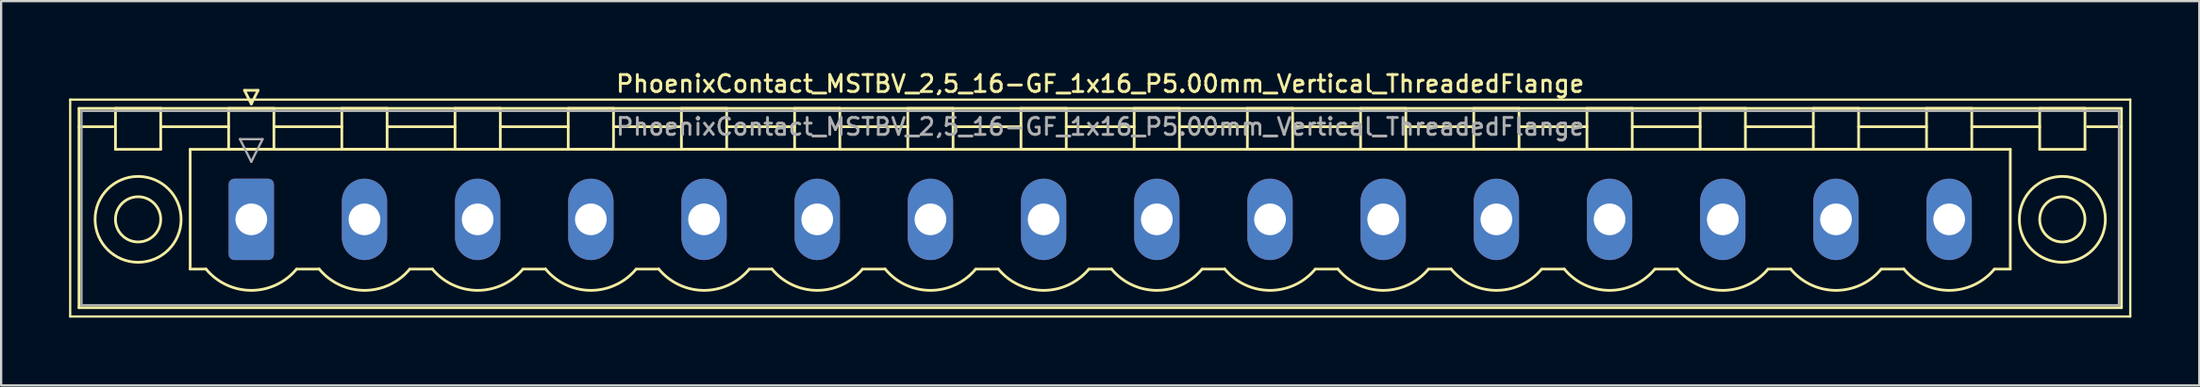
<source format=kicad_pcb>
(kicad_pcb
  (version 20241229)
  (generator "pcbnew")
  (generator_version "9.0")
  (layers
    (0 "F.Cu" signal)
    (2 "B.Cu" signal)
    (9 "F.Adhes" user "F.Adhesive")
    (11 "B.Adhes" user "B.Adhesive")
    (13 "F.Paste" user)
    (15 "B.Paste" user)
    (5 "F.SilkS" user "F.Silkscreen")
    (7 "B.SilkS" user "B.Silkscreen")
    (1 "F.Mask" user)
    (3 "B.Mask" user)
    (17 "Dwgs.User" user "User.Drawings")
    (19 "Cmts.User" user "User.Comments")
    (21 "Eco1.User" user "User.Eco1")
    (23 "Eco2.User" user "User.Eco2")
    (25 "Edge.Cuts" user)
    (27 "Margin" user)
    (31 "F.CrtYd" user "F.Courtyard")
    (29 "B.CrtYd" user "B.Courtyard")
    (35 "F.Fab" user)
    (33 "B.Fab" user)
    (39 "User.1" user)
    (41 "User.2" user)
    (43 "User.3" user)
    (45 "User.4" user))
  (footprint "PhoenixContact_MSTBV_2,5_16-GF_1x16_P5.00mm_Vertical_ThreadedFlange"
    (layer "F.Cu")
    (at 8.05 6.658)
    (property "Reference" "PhoenixContact_MSTBV_2,5_16-GF_1x16_P5.00mm_Vertical_ThreadedFlange" (at 37.5 -6 0) (layer "F.SilkS") (effects (font (size 0.75 0.75) (thickness 0.125))))
    (attr through_hole)
    (fp_line (start -8 -5.3) (end -8 4.3) (stroke (width 0.1) (type solid)) (layer "F.SilkS"))
    (fp_line (start -8 4.3) (end 83 4.3) (stroke (width 0.1) (type solid)) (layer "F.SilkS"))
    (fp_line (start -7.61 -4.91) (end -7.61 3.91) (stroke (width 0.12) (type solid)) (layer "F.SilkS"))
    (fp_line (start -7.61 -4.1) (end -6.11 -4.1) (stroke (width 0.12) (type solid)) (layer "F.SilkS"))
    (fp_line (start -7.61 3.91) (end 82.61 3.91) (stroke (width 0.12) (type solid)) (layer "F.SilkS"))
    (fp_line (start -6 -4.91) (end -4 -4.91) (stroke (width 0.12) (type solid)) (layer "F.SilkS"))
    (fp_line (start -6 -3.1) (end -6 -4.91) (stroke (width 0.12) (type solid)) (layer "F.SilkS"))
    (fp_line (start -4 -4.91) (end -4 -3.1) (stroke (width 0.12) (type solid)) (layer "F.SilkS"))
    (fp_line (start -4 -4.1) (end -1 -4.1) (stroke (width 0.12) (type solid)) (layer "F.SilkS"))
    (fp_line (start -4 -3.1) (end -6 -3.1) (stroke (width 0.12) (type solid)) (layer "F.SilkS"))
    (fp_line (start -2.7 -3.1) (end 77.7 -3.1) (stroke (width 0.12) (type solid)) (layer "F.SilkS"))
    (fp_line (start -2.7 2.2) (end -2.7 -3.1) (stroke (width 0.12) (type solid)) (layer "F.SilkS"))
    (fp_line (start -2 2.2) (end -2.7 2.2) (stroke (width 0.12) (type solid)) (layer "F.SilkS"))
    (fp_line (start -1 -4.91) (end 1 -4.91) (stroke (width 0.12) (type solid)) (layer "F.SilkS"))
    (fp_line (start -1 -3.1) (end -1 -4.91) (stroke (width 0.12) (type solid)) (layer "F.SilkS"))
    (fp_line (start -0.3 -5.71) (end 0.3 -5.71) (stroke (width 0.12) (type solid)) (layer "F.SilkS"))
    (fp_line (start 0 -5.11) (end -0.3 -5.71) (stroke (width 0.12) (type solid)) (layer "F.SilkS"))
    (fp_line (start 0.3 -5.71) (end 0 -5.11) (stroke (width 0.12) (type solid)) (layer "F.SilkS"))
    (fp_line (start 1 -4.91) (end 1 -3.1) (stroke (width 0.12) (type solid)) (layer "F.SilkS"))
    (fp_line (start 1 -4.1) (end 4 -4.1) (stroke (width 0.12) (type solid)) (layer "F.SilkS"))
    (fp_line (start 1 -3.1) (end -1 -3.1) (stroke (width 0.12) (type solid)) (layer "F.SilkS"))
    (fp_line (start 2 2.2) (end 3 2.2) (stroke (width 0.12) (type solid)) (layer "F.SilkS"))
    (fp_line (start 4 -4.91) (end 6 -4.91) (stroke (width 0.12) (type solid)) (layer "F.SilkS"))
    (fp_line (start 4 -3.1) (end 4 -4.91) (stroke (width 0.12) (type solid)) (layer "F.SilkS"))
    (fp_line (start 6 -4.91) (end 6 -3.1) (stroke (width 0.12) (type solid)) (layer "F.SilkS"))
    (fp_line (start 6 -4.1) (end 9 -4.1) (stroke (width 0.12) (type solid)) (layer "F.SilkS"))
    (fp_line (start 6 -3.1) (end 4 -3.1) (stroke (width 0.12) (type solid)) (layer "F.SilkS"))
    (fp_line (start 7 2.2) (end 8 2.2) (stroke (width 0.12) (type solid)) (layer "F.SilkS"))
    (fp_line (start 9 -4.91) (end 11 -4.91) (stroke (width 0.12) (type solid)) (layer "F.SilkS"))
    (fp_line (start 9 -3.1) (end 9 -4.91) (stroke (width 0.12) (type solid)) (layer "F.SilkS"))
    (fp_line (start 11 -4.91) (end 11 -3.1) (stroke (width 0.12) (type solid)) (layer "F.SilkS"))
    (fp_line (start 11 -4.1) (end 14 -4.1) (stroke (width 0.12) (type solid)) (layer "F.SilkS"))
    (fp_line (start 11 -3.1) (end 9 -3.1) (stroke (width 0.12) (type solid)) (layer "F.SilkS"))
    (fp_line (start 12 2.2) (end 13 2.2) (stroke (width 0.12) (type solid)) (layer "F.SilkS"))
    (fp_line (start 14 -4.91) (end 16 -4.91) (stroke (width 0.12) (type solid)) (layer "F.SilkS"))
    (fp_line (start 14 -3.1) (end 14 -4.91) (stroke (width 0.12) (type solid)) (layer "F.SilkS"))
    (fp_line (start 16 -4.91) (end 16 -3.1) (stroke (width 0.12) (type solid)) (layer "F.SilkS"))
    (fp_line (start 16 -4.1) (end 19 -4.1) (stroke (width 0.12) (type solid)) (layer "F.SilkS"))
    (fp_line (start 16 -3.1) (end 14 -3.1) (stroke (width 0.12) (type solid)) (layer "F.SilkS"))
    (fp_line (start 17 2.2) (end 18 2.2) (stroke (width 0.12) (type solid)) (layer "F.SilkS"))
    (fp_line (start 19 -4.91) (end 21 -4.91) (stroke (width 0.12) (type solid)) (layer "F.SilkS"))
    (fp_line (start 19 -3.1) (end 19 -4.91) (stroke (width 0.12) (type solid)) (layer "F.SilkS"))
    (fp_line (start 21 -4.91) (end 21 -3.1) (stroke (width 0.12) (type solid)) (layer "F.SilkS"))
    (fp_line (start 21 -4.1) (end 24 -4.1) (stroke (width 0.12) (type solid)) (layer "F.SilkS"))
    (fp_line (start 21 -3.1) (end 19 -3.1) (stroke (width 0.12) (type solid)) (layer "F.SilkS"))
    (fp_line (start 22 2.2) (end 23 2.2) (stroke (width 0.12) (type solid)) (layer "F.SilkS"))
    (fp_line (start 24 -4.91) (end 26 -4.91) (stroke (width 0.12) (type solid)) (layer "F.SilkS"))
    (fp_line (start 24 -3.1) (end 24 -4.91) (stroke (width 0.12) (type solid)) (layer "F.SilkS"))
    (fp_line (start 26 -4.91) (end 26 -3.1) (stroke (width 0.12) (type solid)) (layer "F.SilkS"))
    (fp_line (start 26 -4.1) (end 29 -4.1) (stroke (width 0.12) (type solid)) (layer "F.SilkS"))
    (fp_line (start 26 -3.1) (end 24 -3.1) (stroke (width 0.12) (type solid)) (layer "F.SilkS"))
    (fp_line (start 27 2.2) (end 28 2.2) (stroke (width 0.12) (type solid)) (layer "F.SilkS"))
    (fp_line (start 29 -4.91) (end 31 -4.91) (stroke (width 0.12) (type solid)) (layer "F.SilkS"))
    (fp_line (start 29 -3.1) (end 29 -4.91) (stroke (width 0.12) (type solid)) (layer "F.SilkS"))
    (fp_line (start 31 -4.91) (end 31 -3.1) (stroke (width 0.12) (type solid)) (layer "F.SilkS"))
    (fp_line (start 31 -4.1) (end 34 -4.1) (stroke (width 0.12) (type solid)) (layer "F.SilkS"))
    (fp_line (start 31 -3.1) (end 29 -3.1) (stroke (width 0.12) (type solid)) (layer "F.SilkS"))
    (fp_line (start 32 2.2) (end 33 2.2) (stroke (width 0.12) (type solid)) (layer "F.SilkS"))
    (fp_line (start 34 -4.91) (end 36 -4.91) (stroke (width 0.12) (type solid)) (layer "F.SilkS"))
    (fp_line (start 34 -3.1) (end 34 -4.91) (stroke (width 0.12) (type solid)) (layer "F.SilkS"))
    (fp_line (start 36 -4.91) (end 36 -3.1) (stroke (width 0.12) (type solid)) (layer "F.SilkS"))
    (fp_line (start 36 -4.1) (end 39 -4.1) (stroke (width 0.12) (type solid)) (layer "F.SilkS"))
    (fp_line (start 36 -3.1) (end 34 -3.1) (stroke (width 0.12) (type solid)) (layer "F.SilkS"))
    (fp_line (start 37 2.2) (end 38 2.2) (stroke (width 0.12) (type solid)) (layer "F.SilkS"))
    (fp_line (start 39 -4.91) (end 41 -4.91) (stroke (width 0.12) (type solid)) (layer "F.SilkS"))
    (fp_line (start 39 -3.1) (end 39 -4.91) (stroke (width 0.12) (type solid)) (layer "F.SilkS"))
    (fp_line (start 41 -4.91) (end 41 -3.1) (stroke (width 0.12) (type solid)) (layer "F.SilkS"))
    (fp_line (start 41 -4.1) (end 44 -4.1) (stroke (width 0.12) (type solid)) (layer "F.SilkS"))
    (fp_line (start 41 -3.1) (end 39 -3.1) (stroke (width 0.12) (type solid)) (layer "F.SilkS"))
    (fp_line (start 42 2.2) (end 43 2.2) (stroke (width 0.12) (type solid)) (layer "F.SilkS"))
    (fp_line (start 44 -4.91) (end 46 -4.91) (stroke (width 0.12) (type solid)) (layer "F.SilkS"))
    (fp_line (start 44 -3.1) (end 44 -4.91) (stroke (width 0.12) (type solid)) (layer "F.SilkS"))
    (fp_line (start 46 -4.91) (end 46 -3.1) (stroke (width 0.12) (type solid)) (layer "F.SilkS"))
    (fp_line (start 46 -4.1) (end 49 -4.1) (stroke (width 0.12) (type solid)) (layer "F.SilkS"))
    (fp_line (start 46 -3.1) (end 44 -3.1) (stroke (width 0.12) (type solid)) (layer "F.SilkS"))
    (fp_line (start 47 2.2) (end 48 2.2) (stroke (width 0.12) (type solid)) (layer "F.SilkS"))
    (fp_line (start 49 -4.91) (end 51 -4.91) (stroke (width 0.12) (type solid)) (layer "F.SilkS"))
    (fp_line (start 49 -3.1) (end 49 -4.91) (stroke (width 0.12) (type solid)) (layer "F.SilkS"))
    (fp_line (start 51 -4.91) (end 51 -3.1) (stroke (width 0.12) (type solid)) (layer "F.SilkS"))
    (fp_line (start 51 -4.1) (end 54 -4.1) (stroke (width 0.12) (type solid)) (layer "F.SilkS"))
    (fp_line (start 51 -3.1) (end 49 -3.1) (stroke (width 0.12) (type solid)) (layer "F.SilkS"))
    (fp_line (start 52 2.2) (end 53 2.2) (stroke (width 0.12) (type solid)) (layer "F.SilkS"))
    (fp_line (start 54 -4.91) (end 56 -4.91) (stroke (width 0.12) (type solid)) (layer "F.SilkS"))
    (fp_line (start 54 -3.1) (end 54 -4.91) (stroke (width 0.12) (type solid)) (layer "F.SilkS"))
    (fp_line (start 56 -4.91) (end 56 -3.1) (stroke (width 0.12) (type solid)) (layer "F.SilkS"))
    (fp_line (start 56 -4.1) (end 59 -4.1) (stroke (width 0.12) (type solid)) (layer "F.SilkS"))
    (fp_line (start 56 -3.1) (end 54 -3.1) (stroke (width 0.12) (type solid)) (layer "F.SilkS"))
    (fp_line (start 57 2.2) (end 58 2.2) (stroke (width 0.12) (type solid)) (layer "F.SilkS"))
    (fp_line (start 59 -4.91) (end 61 -4.91) (stroke (width 0.12) (type solid)) (layer "F.SilkS"))
    (fp_line (start 59 -3.1) (end 59 -4.91) (stroke (width 0.12) (type solid)) (layer "F.SilkS"))
    (fp_line (start 61 -4.91) (end 61 -3.1) (stroke (width 0.12) (type solid)) (layer "F.SilkS"))
    (fp_line (start 61 -4.1) (end 64 -4.1) (stroke (width 0.12) (type solid)) (layer "F.SilkS"))
    (fp_line (start 61 -3.1) (end 59 -3.1) (stroke (width 0.12) (type solid)) (layer "F.SilkS"))
    (fp_line (start 62 2.2) (end 63 2.2) (stroke (width 0.12) (type solid)) (layer "F.SilkS"))
    (fp_line (start 64 -4.91) (end 66 -4.91) (stroke (width 0.12) (type solid)) (layer "F.SilkS"))
    (fp_line (start 64 -3.1) (end 64 -4.91) (stroke (width 0.12) (type solid)) (layer "F.SilkS"))
    (fp_line (start 66 -4.91) (end 66 -3.1) (stroke (width 0.12) (type solid)) (layer "F.SilkS"))
    (fp_line (start 66 -4.1) (end 69 -4.1) (stroke (width 0.12) (type solid)) (layer "F.SilkS"))
    (fp_line (start 66 -3.1) (end 64 -3.1) (stroke (width 0.12) (type solid)) (layer "F.SilkS"))
    (fp_line (start 67 2.2) (end 68 2.2) (stroke (width 0.12) (type solid)) (layer "F.SilkS"))
    (fp_line (start 69 -4.91) (end 71 -4.91) (stroke (width 0.12) (type solid)) (layer "F.SilkS"))
    (fp_line (start 69 -3.1) (end 69 -4.91) (stroke (width 0.12) (type solid)) (layer "F.SilkS"))
    (fp_line (start 71 -4.91) (end 71 -3.1) (stroke (width 0.12) (type solid)) (layer "F.SilkS"))
    (fp_line (start 71 -4.1) (end 74 -4.1) (stroke (width 0.12) (type solid)) (layer "F.SilkS"))
    (fp_line (start 71 -3.1) (end 69 -3.1) (stroke (width 0.12) (type solid)) (layer "F.SilkS"))
    (fp_line (start 72 2.2) (end 73 2.2) (stroke (width 0.12) (type solid)) (layer "F.SilkS"))
    (fp_line (start 74 -4.91) (end 76 -4.91) (stroke (width 0.12) (type solid)) (layer "F.SilkS"))
    (fp_line (start 74 -3.1) (end 74 -4.91) (stroke (width 0.12) (type solid)) (layer "F.SilkS"))
    (fp_line (start 76 -4.91) (end 76 -3.1) (stroke (width 0.12) (type solid)) (layer "F.SilkS"))
    (fp_line (start 76 -4.1) (end 79 -4.1) (stroke (width 0.12) (type solid)) (layer "F.SilkS"))
    (fp_line (start 76 -3.1) (end 74 -3.1) (stroke (width 0.12) (type solid)) (layer "F.SilkS"))
    (fp_line (start 77.7 -3.1) (end 77.7 2.2) (stroke (width 0.12) (type solid)) (layer "F.SilkS"))
    (fp_line (start 77.7 2.2) (end 77 2.2) (stroke (width 0.12) (type solid)) (layer "F.SilkS"))
    (fp_line (start 79 -4.91) (end 81 -4.91) (stroke (width 0.12) (type solid)) (layer "F.SilkS"))
    (fp_line (start 79 -3.1) (end 79 -4.91) (stroke (width 0.12) (type solid)) (layer "F.SilkS"))
    (fp_line (start 81 -4.91) (end 81 -3.1) (stroke (width 0.12) (type solid)) (layer "F.SilkS"))
    (fp_line (start 81 -3.1) (end 79 -3.1) (stroke (width 0.12) (type solid)) (layer "F.SilkS"))
    (fp_line (start 82.61 -4.91) (end -7.61 -4.91) (stroke (width 0.12) (type solid)) (layer "F.SilkS"))
    (fp_line (start 82.61 -4.1) (end 81.11 -4.1) (stroke (width 0.12) (type solid)) (layer "F.SilkS"))
    (fp_line (start 82.61 3.91) (end 82.61 -4.91) (stroke (width 0.12) (type solid)) (layer "F.SilkS"))
    (fp_line (start 83 -5.3) (end -8 -5.3) (stroke (width 0.1) (type solid)) (layer "F.SilkS"))
    (fp_line (start 83 4.3) (end 83 -5.3) (stroke (width 0.1) (type solid)) (layer "F.SilkS"))
    (fp_arc (start 1.986842 2.215821) (mid -0.010289 3.142758) (end -2 2.2) (stroke (width 0.12) (type solid)) (layer "F.SilkS"))
    (fp_arc (start 6.986842 2.215821) (mid 4.989711 3.142758) (end 3 2.2) (stroke (width 0.12) (type solid)) (layer "F.SilkS"))
    (fp_arc (start 11.986842 2.215821) (mid 9.989711 3.142758) (end 8 2.2) (stroke (width 0.12) (type solid)) (layer "F.SilkS"))
    (fp_arc (start 16.986842 2.215821) (mid 14.989711 3.142758) (end 13 2.2) (stroke (width 0.12) (type solid)) (layer "F.SilkS"))
    (fp_arc (start 21.986842 2.215821) (mid 19.989711 3.142758) (end 18 2.2) (stroke (width 0.12) (type solid)) (layer "F.SilkS"))
    (fp_arc (start 26.986842 2.215821) (mid 24.989711 3.142758) (end 23 2.2) (stroke (width 0.12) (type solid)) (layer "F.SilkS"))
    (fp_arc (start 31.986842 2.215821) (mid 29.989711 3.142758) (end 28 2.2) (stroke (width 0.12) (type solid)) (layer "F.SilkS"))
    (fp_arc (start 36.986842 2.215821) (mid 34.989711 3.142758) (end 33 2.2) (stroke (width 0.12) (type solid)) (layer "F.SilkS"))
    (fp_arc (start 41.986842 2.215821) (mid 39.989711 3.142758) (end 38 2.2) (stroke (width 0.12) (type solid)) (layer "F.SilkS"))
    (fp_arc (start 46.986842 2.215821) (mid 44.989711 3.142758) (end 43 2.2) (stroke (width 0.12) (type solid)) (layer "F.SilkS"))
    (fp_arc (start 51.986842 2.215821) (mid 49.989711 3.142758) (end 48 2.2) (stroke (width 0.12) (type solid)) (layer "F.SilkS"))
    (fp_arc (start 56.986842 2.215821) (mid 54.989711 3.142758) (end 53 2.2) (stroke (width 0.12) (type solid)) (layer "F.SilkS"))
    (fp_arc (start 61.986842 2.215821) (mid 59.989711 3.142758) (end 58 2.2) (stroke (width 0.12) (type solid)) (layer "F.SilkS"))
    (fp_arc (start 66.986842 2.215821) (mid 64.989711 3.142758) (end 63 2.2) (stroke (width 0.12) (type solid)) (layer "F.SilkS"))
    (fp_arc (start 71.986842 2.215821) (mid 69.989711 3.142758) (end 68 2.2) (stroke (width 0.12) (type solid)) (layer "F.SilkS"))
    (fp_arc (start 76.986842 2.215821) (mid 74.989711 3.142758) (end 73 2.2) (stroke (width 0.12) (type solid)) (layer "F.SilkS"))
    (fp_circle (center -5 0) (end -4 0) (stroke (width 0.12) (type solid)) (fill no) (layer "F.SilkS"))
    (fp_circle (center -5 0) (end -3.1 0) (stroke (width 0.12) (type solid)) (fill no) (layer "F.SilkS"))
    (fp_circle (center 80 0) (end 81 0) (stroke (width 0.12) (type solid)) (fill no) (layer "F.SilkS"))
    (fp_circle (center 80 0) (end 81.9 0) (stroke (width 0.12) (type solid)) (fill no) (layer "F.SilkS"))
    (fp_line (start -7.5 -4.8) (end -7.5 3.8) (stroke (width 0.1) (type solid)) (layer "F.Fab"))
    (fp_line (start -7.5 3.8) (end 82.5 3.8) (stroke (width 0.1) (type solid)) (layer "F.Fab"))
    (fp_line (start -0.5 -3.55) (end 0.5 -3.55) (stroke (width 0.1) (type solid)) (layer "F.Fab"))
    (fp_line (start 0 -2.55) (end -0.5 -3.55) (stroke (width 0.1) (type solid)) (layer "F.Fab"))
    (fp_line (start 0.5 -3.55) (end 0 -2.55) (stroke (width 0.1) (type solid)) (layer "F.Fab"))
    (fp_line (start 82.5 -4.8) (end -7.5 -4.8) (stroke (width 0.1) (type solid)) (layer "F.Fab"))
    (fp_line (start 82.5 3.8) (end 82.5 -4.8) (stroke (width 0.1) (type solid)) (layer "F.Fab"))
    (fp_text user "${REFERENCE}" (at 37.5 -4.1 0) (layer "F.Fab") (effects (font (size 0.75 0.75) (thickness 0.125))))
    (pad "1" thru_hole roundrect (at 0 0) (size 2 3.6) (drill 1.4) (layers "*.Cu" "*.Mask") (roundrect_rratio 0.125))
    (pad "2" thru_hole oval (at 5 0) (size 2 3.6) (drill 1.4) (layers "*.Cu" "*.Mask"))
    (pad "3" thru_hole oval (at 10 0) (size 2 3.6) (drill 1.4) (layers "*.Cu" "*.Mask"))
    (pad "4" thru_hole oval (at 15 0) (size 2 3.6) (drill 1.4) (layers "*.Cu" "*.Mask"))
    (pad "5" thru_hole oval (at 20 0) (size 2 3.6) (drill 1.4) (layers "*.Cu" "*.Mask"))
    (pad "6" thru_hole oval (at 25 0) (size 2 3.6) (drill 1.4) (layers "*.Cu" "*.Mask"))
    (pad "7" thru_hole oval (at 30 0) (size 2 3.6) (drill 1.4) (layers "*.Cu" "*.Mask"))
    (pad "8" thru_hole oval (at 35 0) (size 2 3.6) (drill 1.4) (layers "*.Cu" "*.Mask"))
    (pad "9" thru_hole oval (at 40 0) (size 2 3.6) (drill 1.4) (layers "*.Cu" "*.Mask"))
    (pad "10" thru_hole oval (at 45 0) (size 2 3.6) (drill 1.4) (layers "*.Cu" "*.Mask"))
    (pad "11" thru_hole oval (at 50 0) (size 2 3.6) (drill 1.4) (layers "*.Cu" "*.Mask"))
    (pad "12" thru_hole oval (at 55 0) (size 2 3.6) (drill 1.4) (layers "*.Cu" "*.Mask"))
    (pad "13" thru_hole oval (at 60 0) (size 2 3.6) (drill 1.4) (layers "*.Cu" "*.Mask"))
    (pad "14" thru_hole oval (at 65 0) (size 2 3.6) (drill 1.4) (layers "*.Cu" "*.Mask"))
    (pad "15" thru_hole oval (at 70 0) (size 2 3.6) (drill 1.4) (layers "*.Cu" "*.Mask"))
    (pad "16" thru_hole oval (at 75 0) (size 2 3.6) (drill 1.4) (layers "*.Cu" "*.Mask")))
  (gr_rect
    (start -3 -3)
    (end 94.1 14.008)
    (stroke (width 0.1) (type default))
    (fill no)
    (layer "Edge.Cuts")))
</source>
